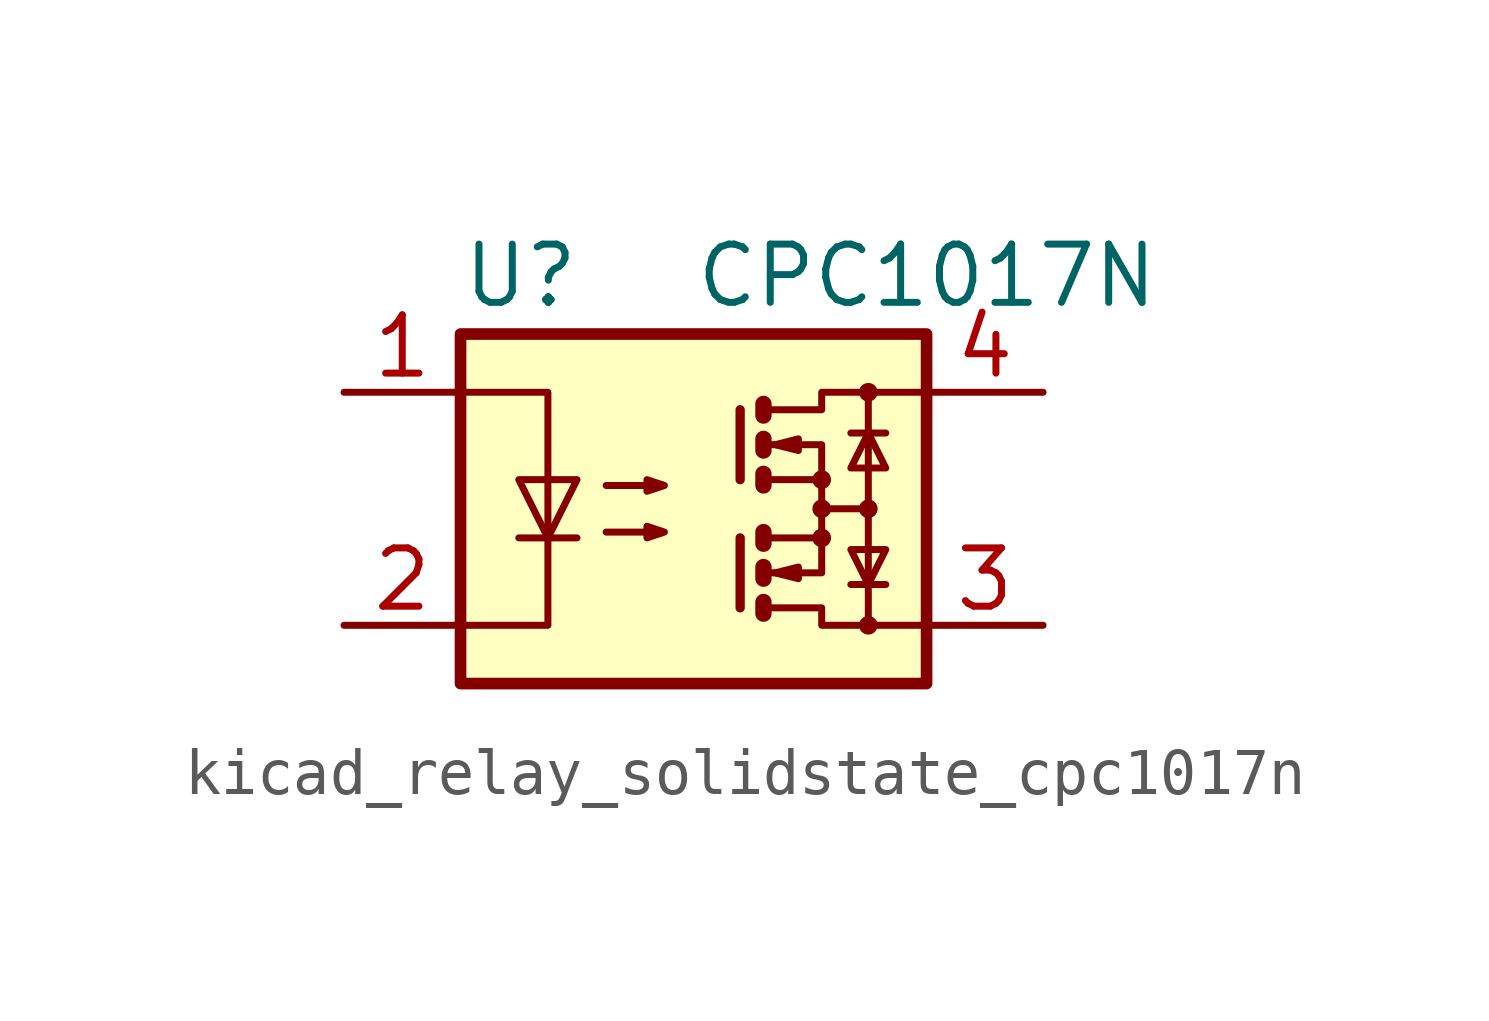
<source format=kicad_sym>
(kicad_symbol_lib
  (version 20220914)
  (generator kicad_symbol_editor)
  (symbol "kicad_relay_solidstate_cpc1017n"
    (property "Reference" "U"
      (at -5.08 5.08 0)
      (effects (font (size 1.27 1.27)) (justify left)))
    (property "Value" "CPC1017N"
      (at 0 5.08 0)
      (effects (font (size 1.27 1.27)) (justify left)))
    (symbol "kicad_relay_solidstate_cpc1017n_0_1"
      (rectangle (start -5.08 3.81) (end 5.08 -3.81) (stroke (width 0.254) (type default)) (fill (type background)))
      (polyline (pts (xy -3.81 -0.635) (xy -2.54 -0.635)) (stroke (width 0) (type default)) (fill (type none)))
      (polyline (pts (xy 1.016 -0.635) (xy 1.016 -2.159)) (stroke (width 0.203) (type default)) (fill (type none)))
      (polyline (pts (xy 1.016 2.159) (xy 1.016 0.635)) (stroke (width 0.203) (type default)) (fill (type none)))
      (polyline (pts (xy 1.524 -0.508) (xy 1.524 -0.762)) (stroke (width 0.356) (type default)) (fill (type none)))
      (polyline (pts (xy 2.794 0) (xy 3.81 0)) (stroke (width 0) (type default)) (fill (type none)))
      (polyline (pts (xy 3.429 -1.651) (xy 4.191 -1.651)) (stroke (width 0) (type default)) (fill (type none)))
      (polyline (pts (xy 3.429 1.651) (xy 4.191 1.651)) (stroke (width 0) (type default)) (fill (type none)))
      (polyline (pts (xy 3.81 -2.54) (xy 3.81 2.54)) (stroke (width 0) (type default)) (fill (type none)))
      (polyline (pts (xy 1.524 -2.032) (xy 1.524 -2.286) (xy 1.524 -2.286)) (stroke (width 0.356) (type default)) (fill (type none)))
      (polyline (pts (xy 1.524 -1.27) (xy 1.524 -1.524) (xy 1.524 -1.524)) (stroke (width 0.356) (type default)) (fill (type none)))
      (polyline (pts (xy 1.524 0.762) (xy 1.524 0.508) (xy 1.524 0.508)) (stroke (width 0.356) (type default)) (fill (type none)))
      (polyline (pts (xy 1.524 1.524) (xy 1.524 1.27) (xy 1.524 1.27)) (stroke (width 0.356) (type default)) (fill (type none)))
      (polyline (pts (xy 1.524 2.286) (xy 1.524 2.032) (xy 1.524 2.032)) (stroke (width 0.356) (type default)) (fill (type none)))
      (polyline (pts (xy 1.651 -1.397) (xy 2.794 -1.397) (xy 2.794 -0.635)) (stroke (width 0) (type default)) (fill (type none)))
      (polyline (pts (xy 1.651 1.397) (xy 2.794 1.397) (xy 2.794 0.635)) (stroke (width 0) (type default)) (fill (type none)))
      (polyline (pts (xy -5.08 2.54) (xy -3.175 2.54) (xy -3.175 -2.54) (xy -5.08 -2.54)) (stroke (width 0) (type default)) (fill (type none)))
      (polyline (pts (xy -3.175 -0.635) (xy -3.81 0.635) (xy -2.54 0.635) (xy -3.175 -0.635)) (stroke (width 0) (type default)) (fill (type none)))
      (polyline (pts (xy 1.651 -2.159) (xy 2.794 -2.159) (xy 2.794 -2.54) (xy 5.08 -2.54)) (stroke (width 0) (type default)) (fill (type none)))
      (polyline (pts (xy 1.651 -0.635) (xy 2.794 -0.635) (xy 2.794 0.635) (xy 1.651 0.635)) (stroke (width 0) (type default)) (fill (type none)))
      (polyline (pts (xy 1.651 2.159) (xy 2.794 2.159) (xy 2.794 2.54) (xy 5.08 2.54)) (stroke (width 0) (type default)) (fill (type none)))
      (polyline (pts (xy 1.778 -1.397) (xy 2.286 -1.27) (xy 2.286 -1.524) (xy 1.778 -1.397)) (stroke (width 0) (type default)) (fill (type none)))
      (polyline (pts (xy 1.778 1.397) (xy 2.286 1.524) (xy 2.286 1.27) (xy 1.778 1.397)) (stroke (width 0) (type default)) (fill (type none)))
      (polyline (pts (xy 3.81 -1.651) (xy 3.429 -0.889) (xy 4.191 -0.889) (xy 3.81 -1.651)) (stroke (width 0) (type default)) (fill (type none)))
      (polyline (pts (xy 3.81 1.651) (xy 3.429 0.889) (xy 4.191 0.889) (xy 3.81 1.651)) (stroke (width 0) (type default)) (fill (type none)))
      (polyline (pts (xy -1.905 -0.508) (xy -0.635 -0.508) (xy -1.016 -0.635) (xy -1.016 -0.381) (xy -0.635 -0.508)) (stroke (width 0) (type default)) (fill (type none)))
      (polyline (pts (xy -1.905 0.508) (xy -0.635 0.508) (xy -1.016 0.381) (xy -1.016 0.635) (xy -0.635 0.508)) (stroke (width 0) (type default)) (fill (type none)))
      (circle (center 2.794 -0.635) (radius 0.127) (stroke (width 0) (type default)) (fill (type none)))
      (circle (center 2.794 0) (radius 0.127) (stroke (width 0) (type default)) (fill (type none)))
      (circle (center 2.794 0.635) (radius 0.127) (stroke (width 0) (type default)) (fill (type none)))
      (circle (center 3.81 -2.54) (radius 0.127) (stroke (width 0) (type default)) (fill (type none)))
      (circle (center 3.81 0) (radius 0.127) (stroke (width 0) (type default)) (fill (type none)))
      (circle (center 3.81 2.54) (radius 0.127) (stroke (width 0) (type default)) (fill (type none))))
    (symbol "kicad_relay_solidstate_cpc1017n_1_1"
      (pin passive line (at -7.62 2.54 0) (length 2.54) (name "~" (effects (font (size 1.27 1.27)))) (number "1" (effects (font (size 1.27 1.27)))))
      (pin passive line (at -7.62 -2.54 0) (length 2.54) (name "~" (effects (font (size 1.27 1.27)))) (number "2" (effects (font (size 1.27 1.27)))))
      (pin passive line (at 7.62 -2.54 180) (length 2.54) (name "~" (effects (font (size 1.27 1.27)))) (number "3" (effects (font (size 1.27 1.27)))))
      (pin passive line (at 7.62 2.54 180) (length 2.54) (name "~" (effects (font (size 1.27 1.27)))) (number "4" (effects (font (size 1.27 1.27))))))))
</source>
